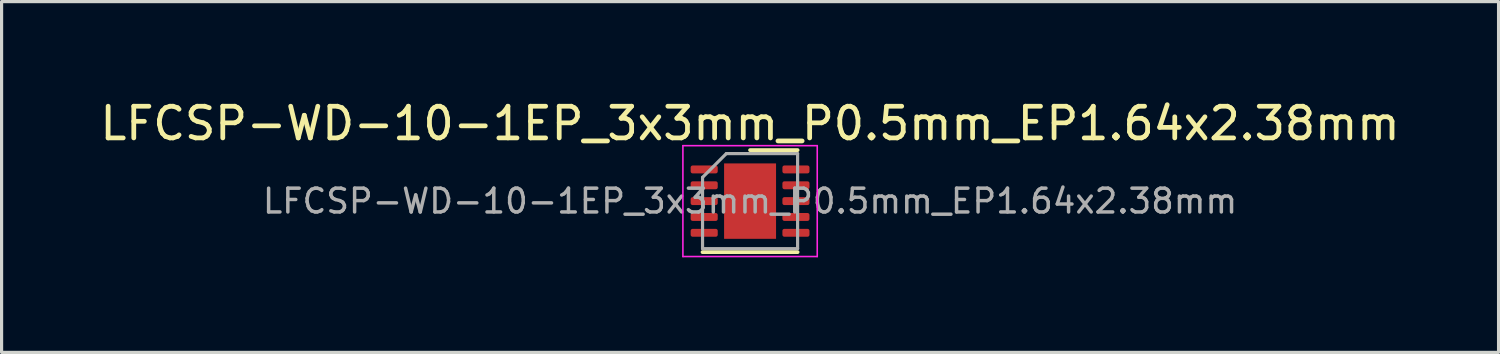
<source format=kicad_pcb>
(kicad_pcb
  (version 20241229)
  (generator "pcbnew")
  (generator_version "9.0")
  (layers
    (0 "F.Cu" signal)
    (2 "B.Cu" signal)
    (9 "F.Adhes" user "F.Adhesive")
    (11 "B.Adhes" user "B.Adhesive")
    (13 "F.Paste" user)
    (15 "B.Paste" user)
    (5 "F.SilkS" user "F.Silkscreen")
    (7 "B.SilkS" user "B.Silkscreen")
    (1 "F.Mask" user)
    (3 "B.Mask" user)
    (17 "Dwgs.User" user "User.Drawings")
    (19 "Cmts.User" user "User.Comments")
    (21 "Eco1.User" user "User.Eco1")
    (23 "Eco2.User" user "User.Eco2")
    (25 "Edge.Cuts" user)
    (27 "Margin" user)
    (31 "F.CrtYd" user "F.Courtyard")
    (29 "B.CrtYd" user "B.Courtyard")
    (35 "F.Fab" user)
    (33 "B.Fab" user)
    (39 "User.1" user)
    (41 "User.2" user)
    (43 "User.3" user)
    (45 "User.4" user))
  (footprint "LFCSP-WD-10-1EP_3x3mm_P0.5mm_EP1.64x2.38mm"
    (layer "F.Cu")
    (at 20.625 3.298)
    (property "Reference" "LFCSP-WD-10-1EP_3x3mm_P0.5mm_EP1.64x2.38mm" (at 0 -2.45 0) (layer "F.SilkS") (effects (font (size 1 1) (thickness 0.15))))
    (attr smd)
    (fp_line (start -1.5 1.61) (end 1.5 1.61) (stroke (width 0.12) (type solid)) (layer "F.SilkS"))
    (fp_line (start 0 -1.61) (end 1.5 -1.61) (stroke (width 0.12) (type solid)) (layer "F.SilkS"))
    (fp_line (start -2.12 -1.75) (end -2.12 1.75) (stroke (width 0.05) (type solid)) (layer "F.CrtYd"))
    (fp_line (start -2.12 1.75) (end 2.12 1.75) (stroke (width 0.05) (type solid)) (layer "F.CrtYd"))
    (fp_line (start 2.12 -1.75) (end -2.12 -1.75) (stroke (width 0.05) (type solid)) (layer "F.CrtYd"))
    (fp_line (start 2.12 1.75) (end 2.12 -1.75) (stroke (width 0.05) (type solid)) (layer "F.CrtYd"))
    (fp_line (start -1.5 -0.75) (end -0.75 -1.5) (stroke (width 0.1) (type solid)) (layer "F.Fab"))
    (fp_line (start -1.5 1.5) (end -1.5 -0.75) (stroke (width 0.1) (type solid)) (layer "F.Fab"))
    (fp_line (start -0.75 -1.5) (end 1.5 -1.5) (stroke (width 0.1) (type solid)) (layer "F.Fab"))
    (fp_line (start 1.5 -1.5) (end 1.5 1.5) (stroke (width 0.1) (type solid)) (layer "F.Fab"))
    (fp_line (start 1.5 1.5) (end -1.5 1.5) (stroke (width 0.1) (type solid)) (layer "F.Fab"))
    (fp_text user "${REFERENCE}" (at 0 0 0) (layer "F.Fab") (effects (font (size 0.75 0.75) (thickness 0.11))))
    (pad "" smd roundrect (at -0.41 -0.79) (size 0.66 0.64) (layers "F.Paste") (roundrect_rratio 0.25))
    (pad "" smd roundrect (at -0.41 0) (size 0.66 0.64) (layers "F.Paste") (roundrect_rratio 0.25))
    (pad "" smd roundrect (at -0.41 0.79) (size 0.66 0.64) (layers "F.Paste") (roundrect_rratio 0.25))
    (pad "" smd roundrect (at 0.41 -0.79) (size 0.66 0.64) (layers "F.Paste") (roundrect_rratio 0.25))
    (pad "" smd roundrect (at 0.41 0) (size 0.66 0.64) (layers "F.Paste") (roundrect_rratio 0.25))
    (pad "" smd roundrect (at 0.41 0.79) (size 0.66 0.64) (layers "F.Paste") (roundrect_rratio 0.25))
    (pad "1" smd roundrect (at -1.448 -1) (size 0.855 0.25) (layers "F.Cu" "F.Mask" "F.Paste") (roundrect_rratio 0.25))
    (pad "2" smd roundrect (at -1.448 -0.5) (size 0.855 0.25) (layers "F.Cu" "F.Mask" "F.Paste") (roundrect_rratio 0.25))
    (pad "3" smd roundrect (at -1.448 0) (size 0.855 0.25) (layers "F.Cu" "F.Mask" "F.Paste") (roundrect_rratio 0.25))
    (pad "4" smd roundrect (at -1.448 0.5) (size 0.855 0.25) (layers "F.Cu" "F.Mask" "F.Paste") (roundrect_rratio 0.25))
    (pad "4" smd rect (at 0 0) (size 1.64 2.38) (layers "F.Cu" "F.Mask"))
    (pad "5" smd roundrect (at -1.448 1) (size 0.855 0.25) (layers "F.Cu" "F.Mask" "F.Paste") (roundrect_rratio 0.25))
    (pad "6" smd roundrect (at 1.448 1) (size 0.855 0.25) (layers "F.Cu" "F.Mask" "F.Paste") (roundrect_rratio 0.25))
    (pad "7" smd roundrect (at 1.448 0.5) (size 0.855 0.25) (layers "F.Cu" "F.Mask" "F.Paste") (roundrect_rratio 0.25))
    (pad "8" smd roundrect (at 1.448 0) (size 0.855 0.25) (layers "F.Cu" "F.Mask" "F.Paste") (roundrect_rratio 0.25))
    (pad "9" smd roundrect (at 1.448 -0.5) (size 0.855 0.25) (layers "F.Cu" "F.Mask" "F.Paste") (roundrect_rratio 0.25))
    (pad "10" smd roundrect (at 1.448 -1) (size 0.855 0.25) (layers "F.Cu" "F.Mask" "F.Paste") (roundrect_rratio 0.25)))
  (gr_rect
    (start -3 -3)
    (end 44.25 8.073)
    (stroke (width 0.1) (type default))
    (fill no)
    (layer "Edge.Cuts")))
</source>
